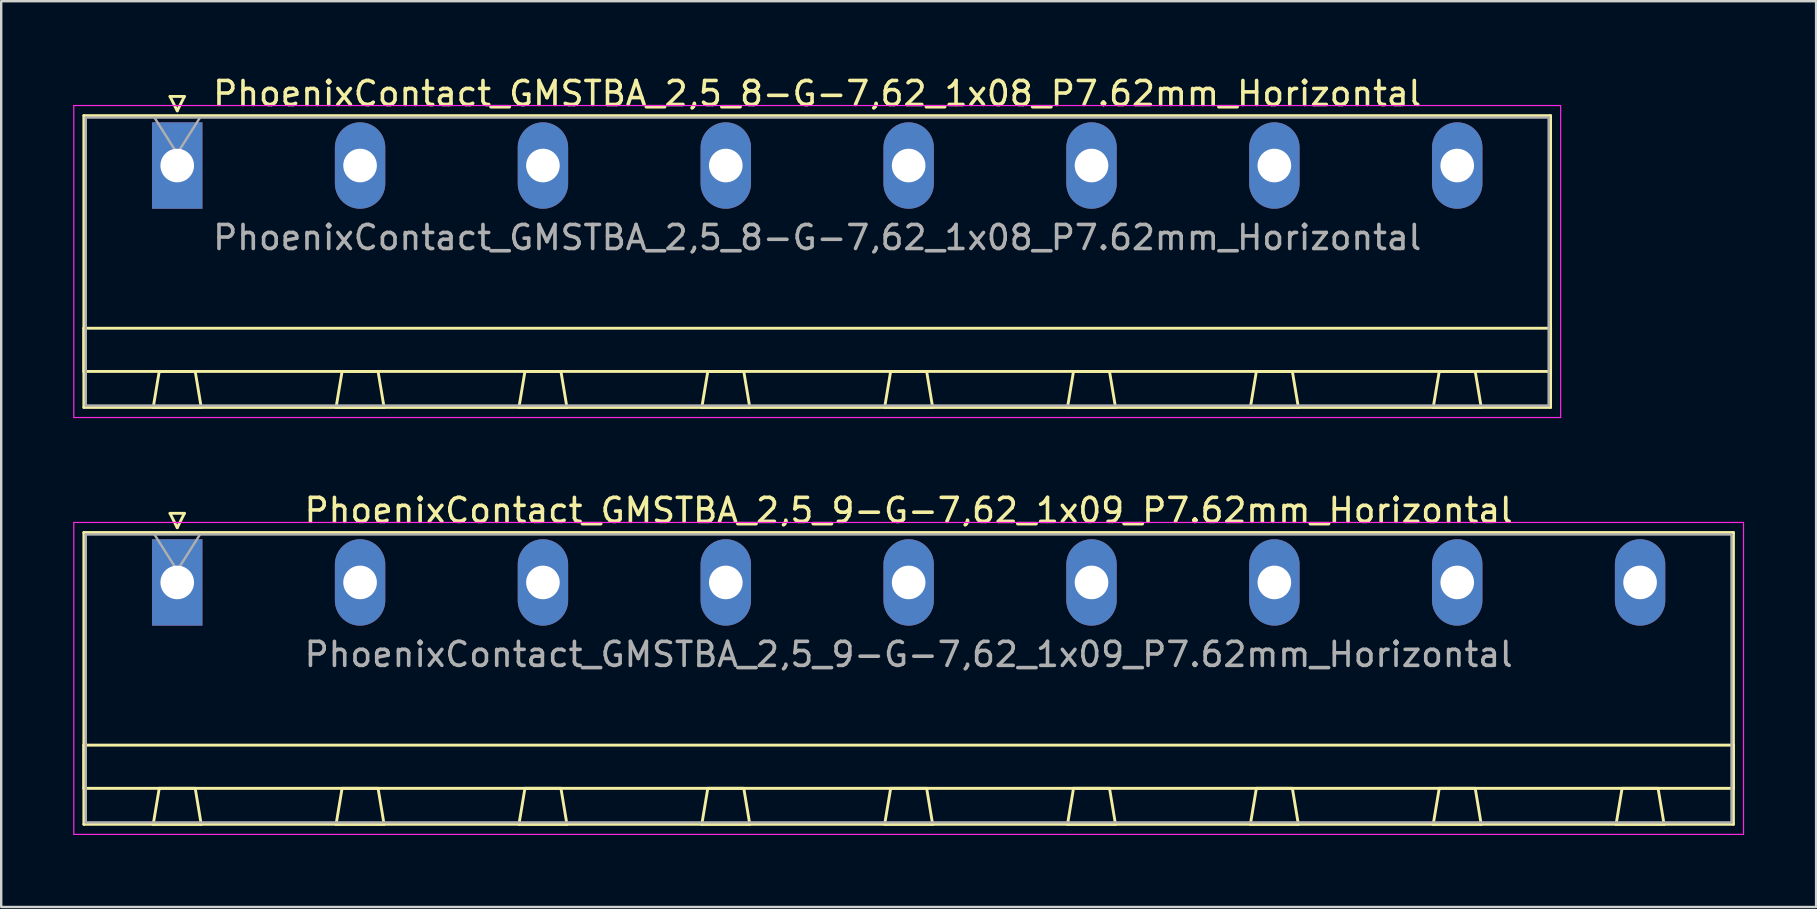
<source format=kicad_pcb>
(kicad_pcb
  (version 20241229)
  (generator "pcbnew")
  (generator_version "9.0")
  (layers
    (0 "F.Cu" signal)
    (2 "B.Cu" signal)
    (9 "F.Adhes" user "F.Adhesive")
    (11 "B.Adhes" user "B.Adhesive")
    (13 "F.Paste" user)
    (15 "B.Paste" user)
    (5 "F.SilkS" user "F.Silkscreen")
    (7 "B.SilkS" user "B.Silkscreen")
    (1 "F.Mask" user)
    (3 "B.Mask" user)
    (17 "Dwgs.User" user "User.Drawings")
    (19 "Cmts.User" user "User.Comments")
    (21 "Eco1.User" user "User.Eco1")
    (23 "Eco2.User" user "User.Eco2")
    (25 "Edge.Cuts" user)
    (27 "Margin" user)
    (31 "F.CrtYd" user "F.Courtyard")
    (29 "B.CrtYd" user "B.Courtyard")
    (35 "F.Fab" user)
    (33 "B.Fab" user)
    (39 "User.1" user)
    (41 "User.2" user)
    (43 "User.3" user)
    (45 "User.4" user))
  (footprint "PhoenixContact_GMSTBA_2,5_9-G-7,62_1x09_P7.62mm_Horizontal"
    (layer "F.Cu")
    (at 4.335 21.221)
    (property "Reference" "PhoenixContact_GMSTBA_2,5_9-G-7,62_1x09_P7.62mm_Horizontal" (at 30.48 -3 0) (layer "F.SilkS") (effects (font (size 1 1) (thickness 0.15))))
    (attr through_hole)
    (fp_line (start -3.89 -2.08) (end -3.89 10.08) (stroke (width 0.12) (type solid)) (layer "F.SilkS"))
    (fp_line (start -3.89 6.78) (end 64.85 6.78) (stroke (width 0.12) (type solid)) (layer "F.SilkS"))
    (fp_line (start -3.89 8.58) (end -3.89 6.78) (stroke (width 0.12) (type solid)) (layer "F.SilkS"))
    (fp_line (start -3.89 10.08) (end 64.85 10.08) (stroke (width 0.12) (type solid)) (layer "F.SilkS"))
    (fp_line (start -1 10.08) (end 1 10.08) (stroke (width 0.12) (type solid)) (layer "F.SilkS"))
    (fp_line (start -0.75 8.58) (end -1 10.08) (stroke (width 0.12) (type solid)) (layer "F.SilkS"))
    (fp_line (start -0.3 -2.88) (end 0.3 -2.88) (stroke (width 0.12) (type solid)) (layer "F.SilkS"))
    (fp_line (start 0 -2.28) (end -0.3 -2.88) (stroke (width 0.12) (type solid)) (layer "F.SilkS"))
    (fp_line (start 0.3 -2.88) (end 0 -2.28) (stroke (width 0.12) (type solid)) (layer "F.SilkS"))
    (fp_line (start 0.75 8.58) (end -0.75 8.58) (stroke (width 0.12) (type solid)) (layer "F.SilkS"))
    (fp_line (start 1 10.08) (end 0.75 8.58) (stroke (width 0.12) (type solid)) (layer "F.SilkS"))
    (fp_line (start 6.62 10.08) (end 8.62 10.08) (stroke (width 0.12) (type solid)) (layer "F.SilkS"))
    (fp_line (start 6.87 8.58) (end 6.62 10.08) (stroke (width 0.12) (type solid)) (layer "F.SilkS"))
    (fp_line (start 8.37 8.58) (end 6.87 8.58) (stroke (width 0.12) (type solid)) (layer "F.SilkS"))
    (fp_line (start 8.62 10.08) (end 8.37 8.58) (stroke (width 0.12) (type solid)) (layer "F.SilkS"))
    (fp_line (start 14.24 10.08) (end 16.24 10.08) (stroke (width 0.12) (type solid)) (layer "F.SilkS"))
    (fp_line (start 14.49 8.58) (end 14.24 10.08) (stroke (width 0.12) (type solid)) (layer "F.SilkS"))
    (fp_line (start 15.99 8.58) (end 14.49 8.58) (stroke (width 0.12) (type solid)) (layer "F.SilkS"))
    (fp_line (start 16.24 10.08) (end 15.99 8.58) (stroke (width 0.12) (type solid)) (layer "F.SilkS"))
    (fp_line (start 21.86 10.08) (end 23.86 10.08) (stroke (width 0.12) (type solid)) (layer "F.SilkS"))
    (fp_line (start 22.11 8.58) (end 21.86 10.08) (stroke (width 0.12) (type solid)) (layer "F.SilkS"))
    (fp_line (start 23.61 8.58) (end 22.11 8.58) (stroke (width 0.12) (type solid)) (layer "F.SilkS"))
    (fp_line (start 23.86 10.08) (end 23.61 8.58) (stroke (width 0.12) (type solid)) (layer "F.SilkS"))
    (fp_line (start 29.48 10.08) (end 31.48 10.08) (stroke (width 0.12) (type solid)) (layer "F.SilkS"))
    (fp_line (start 29.73 8.58) (end 29.48 10.08) (stroke (width 0.12) (type solid)) (layer "F.SilkS"))
    (fp_line (start 31.23 8.58) (end 29.73 8.58) (stroke (width 0.12) (type solid)) (layer "F.SilkS"))
    (fp_line (start 31.48 10.08) (end 31.23 8.58) (stroke (width 0.12) (type solid)) (layer "F.SilkS"))
    (fp_line (start 37.1 10.08) (end 39.1 10.08) (stroke (width 0.12) (type solid)) (layer "F.SilkS"))
    (fp_line (start 37.35 8.58) (end 37.1 10.08) (stroke (width 0.12) (type solid)) (layer "F.SilkS"))
    (fp_line (start 38.85 8.58) (end 37.35 8.58) (stroke (width 0.12) (type solid)) (layer "F.SilkS"))
    (fp_line (start 39.1 10.08) (end 38.85 8.58) (stroke (width 0.12) (type solid)) (layer "F.SilkS"))
    (fp_line (start 44.72 10.08) (end 46.72 10.08) (stroke (width 0.12) (type solid)) (layer "F.SilkS"))
    (fp_line (start 44.97 8.58) (end 44.72 10.08) (stroke (width 0.12) (type solid)) (layer "F.SilkS"))
    (fp_line (start 46.47 8.58) (end 44.97 8.58) (stroke (width 0.12) (type solid)) (layer "F.SilkS"))
    (fp_line (start 46.72 10.08) (end 46.47 8.58) (stroke (width 0.12) (type solid)) (layer "F.SilkS"))
    (fp_line (start 52.34 10.08) (end 54.34 10.08) (stroke (width 0.12) (type solid)) (layer "F.SilkS"))
    (fp_line (start 52.59 8.58) (end 52.34 10.08) (stroke (width 0.12) (type solid)) (layer "F.SilkS"))
    (fp_line (start 54.09 8.58) (end 52.59 8.58) (stroke (width 0.12) (type solid)) (layer "F.SilkS"))
    (fp_line (start 54.34 10.08) (end 54.09 8.58) (stroke (width 0.12) (type solid)) (layer "F.SilkS"))
    (fp_line (start 59.96 10.08) (end 61.96 10.08) (stroke (width 0.12) (type solid)) (layer "F.SilkS"))
    (fp_line (start 60.21 8.58) (end 59.96 10.08) (stroke (width 0.12) (type solid)) (layer "F.SilkS"))
    (fp_line (start 61.71 8.58) (end 60.21 8.58) (stroke (width 0.12) (type solid)) (layer "F.SilkS"))
    (fp_line (start 61.96 10.08) (end 61.71 8.58) (stroke (width 0.12) (type solid)) (layer "F.SilkS"))
    (fp_line (start 64.85 -2.08) (end -3.89 -2.08) (stroke (width 0.12) (type solid)) (layer "F.SilkS"))
    (fp_line (start 64.85 6.78) (end 64.85 8.58) (stroke (width 0.12) (type solid)) (layer "F.SilkS"))
    (fp_line (start 64.85 8.58) (end -3.89 8.58) (stroke (width 0.12) (type solid)) (layer "F.SilkS"))
    (fp_line (start 64.85 10.08) (end 64.85 -2.08) (stroke (width 0.12) (type solid)) (layer "F.SilkS"))
    (fp_line (start -4.31 -2.5) (end -4.31 10.5) (stroke (width 0.05) (type solid)) (layer "F.CrtYd"))
    (fp_line (start -4.31 10.5) (end 65.27 10.5) (stroke (width 0.05) (type solid)) (layer "F.CrtYd"))
    (fp_line (start 65.27 -2.5) (end -4.31 -2.5) (stroke (width 0.05) (type solid)) (layer "F.CrtYd"))
    (fp_line (start 65.27 10.5) (end 65.27 -2.5) (stroke (width 0.05) (type solid)) (layer "F.CrtYd"))
    (fp_line (start -3.81 -2) (end -3.81 10) (stroke (width 0.1) (type solid)) (layer "F.Fab"))
    (fp_line (start -3.81 10) (end 64.77 10) (stroke (width 0.1) (type solid)) (layer "F.Fab"))
    (fp_line (start 0 -0.5) (end -0.95 -2) (stroke (width 0.1) (type solid)) (layer "F.Fab"))
    (fp_line (start 0.95 -2) (end 0 -0.5) (stroke (width 0.1) (type solid)) (layer "F.Fab"))
    (fp_line (start 64.77 -2) (end -3.81 -2) (stroke (width 0.1) (type solid)) (layer "F.Fab"))
    (fp_line (start 64.77 10) (end 64.77 -2) (stroke (width 0.1) (type solid)) (layer "F.Fab"))
    (fp_text user "${REFERENCE}" (at 30.48 3 0) (layer "F.Fab") (effects (font (size 1 1) (thickness 0.15))))
    (pad "1" thru_hole rect (at 0 0) (size 2.1 3.6) (drill 1.4) (layers "*.Cu" "*.Mask"))
    (pad "2" thru_hole oval (at 7.62 0) (size 2.1 3.6) (drill 1.4) (layers "*.Cu" "*.Mask"))
    (pad "3" thru_hole oval (at 15.24 0) (size 2.1 3.6) (drill 1.4) (layers "*.Cu" "*.Mask"))
    (pad "4" thru_hole oval (at 22.86 0) (size 2.1 3.6) (drill 1.4) (layers "*.Cu" "*.Mask"))
    (pad "5" thru_hole oval (at 30.48 0) (size 2.1 3.6) (drill 1.4) (layers "*.Cu" "*.Mask"))
    (pad "6" thru_hole oval (at 38.1 0) (size 2.1 3.6) (drill 1.4) (layers "*.Cu" "*.Mask"))
    (pad "7" thru_hole oval (at 45.72 0) (size 2.1 3.6) (drill 1.4) (layers "*.Cu" "*.Mask"))
    (pad "8" thru_hole oval (at 53.34 0) (size 2.1 3.6) (drill 1.4) (layers "*.Cu" "*.Mask"))
    (pad "9" thru_hole oval (at 60.96 0) (size 2.1 3.6) (drill 1.4) (layers "*.Cu" "*.Mask")))
  (footprint "PhoenixContact_GMSTBA_2,5_8-G-7,62_1x08_P7.62mm_Horizontal"
    (layer "F.Cu")
    (at 4.335 3.848)
    (property "Reference" "PhoenixContact_GMSTBA_2,5_8-G-7,62_1x08_P7.62mm_Horizontal" (at 26.67 -3 0) (layer "F.SilkS") (effects (font (size 1 1) (thickness 0.15))))
    (attr through_hole)
    (fp_line (start -3.89 -2.08) (end -3.89 10.08) (stroke (width 0.12) (type solid)) (layer "F.SilkS"))
    (fp_line (start -3.89 6.78) (end 57.23 6.78) (stroke (width 0.12) (type solid)) (layer "F.SilkS"))
    (fp_line (start -3.89 8.58) (end -3.89 6.78) (stroke (width 0.12) (type solid)) (layer "F.SilkS"))
    (fp_line (start -3.89 10.08) (end 57.23 10.08) (stroke (width 0.12) (type solid)) (layer "F.SilkS"))
    (fp_line (start -1 10.08) (end 1 10.08) (stroke (width 0.12) (type solid)) (layer "F.SilkS"))
    (fp_line (start -0.75 8.58) (end -1 10.08) (stroke (width 0.12) (type solid)) (layer "F.SilkS"))
    (fp_line (start -0.3 -2.88) (end 0.3 -2.88) (stroke (width 0.12) (type solid)) (layer "F.SilkS"))
    (fp_line (start 0 -2.28) (end -0.3 -2.88) (stroke (width 0.12) (type solid)) (layer "F.SilkS"))
    (fp_line (start 0.3 -2.88) (end 0 -2.28) (stroke (width 0.12) (type solid)) (layer "F.SilkS"))
    (fp_line (start 0.75 8.58) (end -0.75 8.58) (stroke (width 0.12) (type solid)) (layer "F.SilkS"))
    (fp_line (start 1 10.08) (end 0.75 8.58) (stroke (width 0.12) (type solid)) (layer "F.SilkS"))
    (fp_line (start 6.62 10.08) (end 8.62 10.08) (stroke (width 0.12) (type solid)) (layer "F.SilkS"))
    (fp_line (start 6.87 8.58) (end 6.62 10.08) (stroke (width 0.12) (type solid)) (layer "F.SilkS"))
    (fp_line (start 8.37 8.58) (end 6.87 8.58) (stroke (width 0.12) (type solid)) (layer "F.SilkS"))
    (fp_line (start 8.62 10.08) (end 8.37 8.58) (stroke (width 0.12) (type solid)) (layer "F.SilkS"))
    (fp_line (start 14.24 10.08) (end 16.24 10.08) (stroke (width 0.12) (type solid)) (layer "F.SilkS"))
    (fp_line (start 14.49 8.58) (end 14.24 10.08) (stroke (width 0.12) (type solid)) (layer "F.SilkS"))
    (fp_line (start 15.99 8.58) (end 14.49 8.58) (stroke (width 0.12) (type solid)) (layer "F.SilkS"))
    (fp_line (start 16.24 10.08) (end 15.99 8.58) (stroke (width 0.12) (type solid)) (layer "F.SilkS"))
    (fp_line (start 21.86 10.08) (end 23.86 10.08) (stroke (width 0.12) (type solid)) (layer "F.SilkS"))
    (fp_line (start 22.11 8.58) (end 21.86 10.08) (stroke (width 0.12) (type solid)) (layer "F.SilkS"))
    (fp_line (start 23.61 8.58) (end 22.11 8.58) (stroke (width 0.12) (type solid)) (layer "F.SilkS"))
    (fp_line (start 23.86 10.08) (end 23.61 8.58) (stroke (width 0.12) (type solid)) (layer "F.SilkS"))
    (fp_line (start 29.48 10.08) (end 31.48 10.08) (stroke (width 0.12) (type solid)) (layer "F.SilkS"))
    (fp_line (start 29.73 8.58) (end 29.48 10.08) (stroke (width 0.12) (type solid)) (layer "F.SilkS"))
    (fp_line (start 31.23 8.58) (end 29.73 8.58) (stroke (width 0.12) (type solid)) (layer "F.SilkS"))
    (fp_line (start 31.48 10.08) (end 31.23 8.58) (stroke (width 0.12) (type solid)) (layer "F.SilkS"))
    (fp_line (start 37.1 10.08) (end 39.1 10.08) (stroke (width 0.12) (type solid)) (layer "F.SilkS"))
    (fp_line (start 37.35 8.58) (end 37.1 10.08) (stroke (width 0.12) (type solid)) (layer "F.SilkS"))
    (fp_line (start 38.85 8.58) (end 37.35 8.58) (stroke (width 0.12) (type solid)) (layer "F.SilkS"))
    (fp_line (start 39.1 10.08) (end 38.85 8.58) (stroke (width 0.12) (type solid)) (layer "F.SilkS"))
    (fp_line (start 44.72 10.08) (end 46.72 10.08) (stroke (width 0.12) (type solid)) (layer "F.SilkS"))
    (fp_line (start 44.97 8.58) (end 44.72 10.08) (stroke (width 0.12) (type solid)) (layer "F.SilkS"))
    (fp_line (start 46.47 8.58) (end 44.97 8.58) (stroke (width 0.12) (type solid)) (layer "F.SilkS"))
    (fp_line (start 46.72 10.08) (end 46.47 8.58) (stroke (width 0.12) (type solid)) (layer "F.SilkS"))
    (fp_line (start 52.34 10.08) (end 54.34 10.08) (stroke (width 0.12) (type solid)) (layer "F.SilkS"))
    (fp_line (start 52.59 8.58) (end 52.34 10.08) (stroke (width 0.12) (type solid)) (layer "F.SilkS"))
    (fp_line (start 54.09 8.58) (end 52.59 8.58) (stroke (width 0.12) (type solid)) (layer "F.SilkS"))
    (fp_line (start 54.34 10.08) (end 54.09 8.58) (stroke (width 0.12) (type solid)) (layer "F.SilkS"))
    (fp_line (start 57.23 -2.08) (end -3.89 -2.08) (stroke (width 0.12) (type solid)) (layer "F.SilkS"))
    (fp_line (start 57.23 6.78) (end 57.23 8.58) (stroke (width 0.12) (type solid)) (layer "F.SilkS"))
    (fp_line (start 57.23 8.58) (end -3.89 8.58) (stroke (width 0.12) (type solid)) (layer "F.SilkS"))
    (fp_line (start 57.23 10.08) (end 57.23 -2.08) (stroke (width 0.12) (type solid)) (layer "F.SilkS"))
    (fp_line (start -4.31 -2.5) (end -4.31 10.5) (stroke (width 0.05) (type solid)) (layer "F.CrtYd"))
    (fp_line (start -4.31 10.5) (end 57.65 10.5) (stroke (width 0.05) (type solid)) (layer "F.CrtYd"))
    (fp_line (start 57.65 -2.5) (end -4.31 -2.5) (stroke (width 0.05) (type solid)) (layer "F.CrtYd"))
    (fp_line (start 57.65 10.5) (end 57.65 -2.5) (stroke (width 0.05) (type solid)) (layer "F.CrtYd"))
    (fp_line (start -3.81 -2) (end -3.81 10) (stroke (width 0.1) (type solid)) (layer "F.Fab"))
    (fp_line (start -3.81 10) (end 57.15 10) (stroke (width 0.1) (type solid)) (layer "F.Fab"))
    (fp_line (start 0 -0.5) (end -0.95 -2) (stroke (width 0.1) (type solid)) (layer "F.Fab"))
    (fp_line (start 0.95 -2) (end 0 -0.5) (stroke (width 0.1) (type solid)) (layer "F.Fab"))
    (fp_line (start 57.15 -2) (end -3.81 -2) (stroke (width 0.1) (type solid)) (layer "F.Fab"))
    (fp_line (start 57.15 10) (end 57.15 -2) (stroke (width 0.1) (type solid)) (layer "F.Fab"))
    (fp_text user "${REFERENCE}" (at 26.67 3 0) (layer "F.Fab") (effects (font (size 1 1) (thickness 0.15))))
    (pad "1" thru_hole rect (at 0 0) (size 2.1 3.6) (drill 1.4) (layers "*.Cu" "*.Mask"))
    (pad "2" thru_hole oval (at 7.62 0) (size 2.1 3.6) (drill 1.4) (layers "*.Cu" "*.Mask"))
    (pad "3" thru_hole oval (at 15.24 0) (size 2.1 3.6) (drill 1.4) (layers "*.Cu" "*.Mask"))
    (pad "4" thru_hole oval (at 22.86 0) (size 2.1 3.6) (drill 1.4) (layers "*.Cu" "*.Mask"))
    (pad "5" thru_hole oval (at 30.48 0) (size 2.1 3.6) (drill 1.4) (layers "*.Cu" "*.Mask"))
    (pad "6" thru_hole oval (at 38.1 0) (size 2.1 3.6) (drill 1.4) (layers "*.Cu" "*.Mask"))
    (pad "7" thru_hole oval (at 45.72 0) (size 2.1 3.6) (drill 1.4) (layers "*.Cu" "*.Mask"))
    (pad "8" thru_hole oval (at 53.34 0) (size 2.1 3.6) (drill 1.4) (layers "*.Cu" "*.Mask")))
  (gr_rect
    (start -3 -3)
    (end 72.63 34.746)
    (stroke (width 0.1) (type default))
    (fill no)
    (layer "Edge.Cuts")))
</source>
